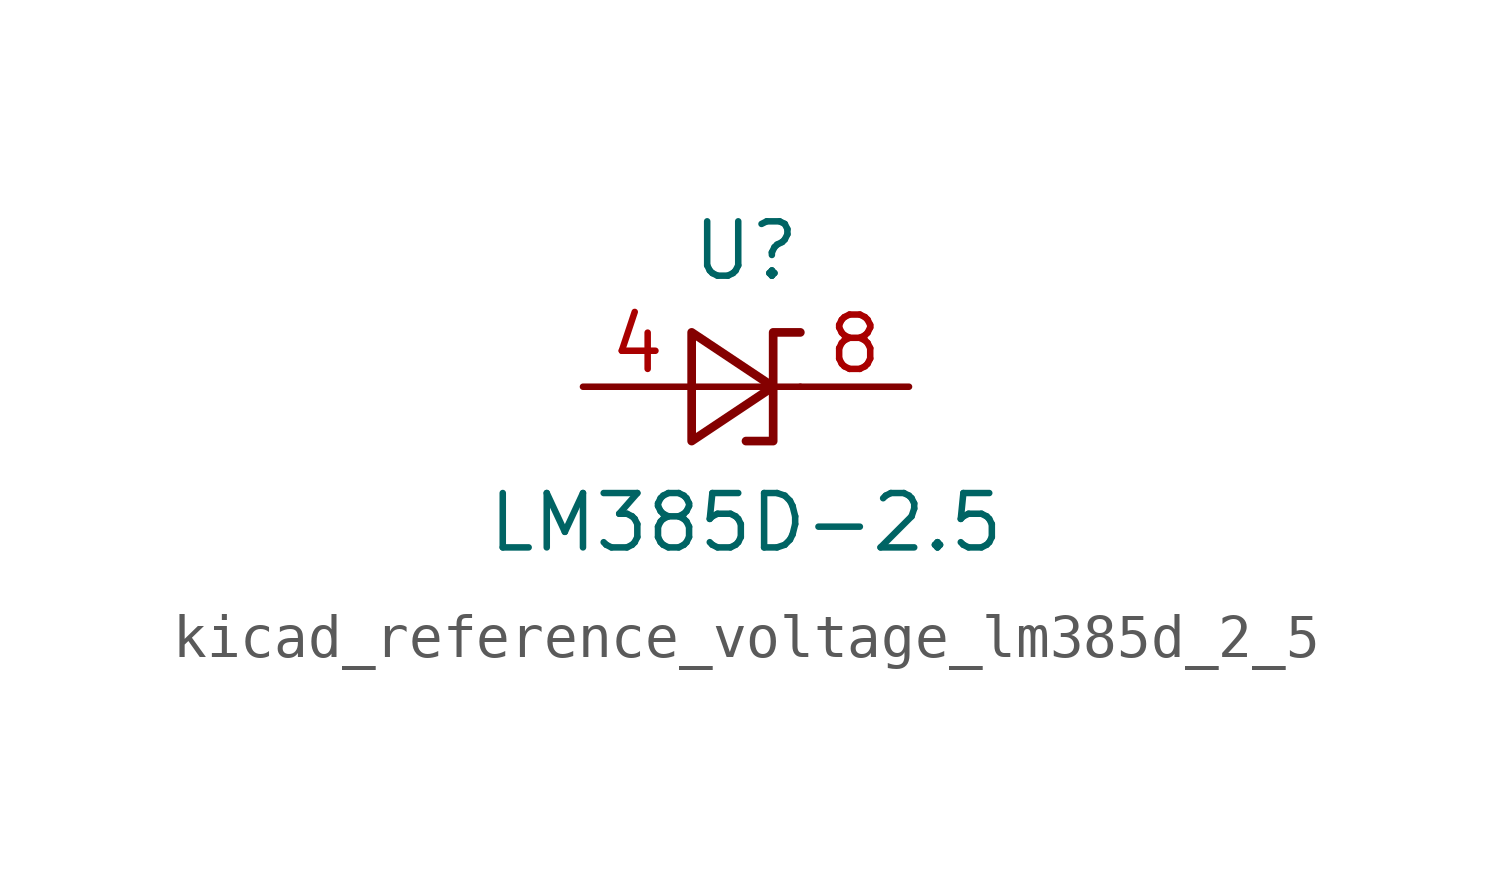
<source format=kicad_sym>
(kicad_symbol_lib
  (version 20220914)
  (generator kicad_symbol_editor)
  (symbol "kicad_reference_voltage_lm385d_2_5"
    (pin_names
      (offset 0.025) hide)
    (property "Reference" "U"
      (at 0 3.175 0)
      (effects (font (size 1.27 1.27))))
    (property "Value" "LM385D-2.5"
      (at 0 -3.175 0)
      (effects (font (size 1.27 1.27))))
    (symbol "kicad_reference_voltage_lm385d_2_5_0_1"
      (polyline (pts (xy -1.27 0) (xy 0 0) (xy 1.27 0)) (stroke (width 0) (type default)) (fill (type none)))
      (polyline (pts (xy -1.27 -1.27) (xy 0.635 0) (xy -1.27 1.27) (xy -1.27 -1.27)) (stroke (width 0.203) (type default)) (fill (type none)))
      (polyline (pts (xy 0 -1.27) (xy 0.635 -1.27) (xy 0.635 1.27) (xy 1.27 1.27)) (stroke (width 0.203) (type default)) (fill (type none))))
    (symbol "kicad_reference_voltage_lm385d_2_5_1_1"
      (pin passive line (at -3.81 0 0) (length 2.54) (name "A" (effects (font (size 1.27 1.27)))) (number "4" (effects (font (size 1.27 1.27)))))
      (pin passive line (at 3.81 0 180) (length 2.54) (name "K" (effects (font (size 1.27 1.27)))) (number "8" (effects (font (size 1.27 1.27))))))))
</source>
